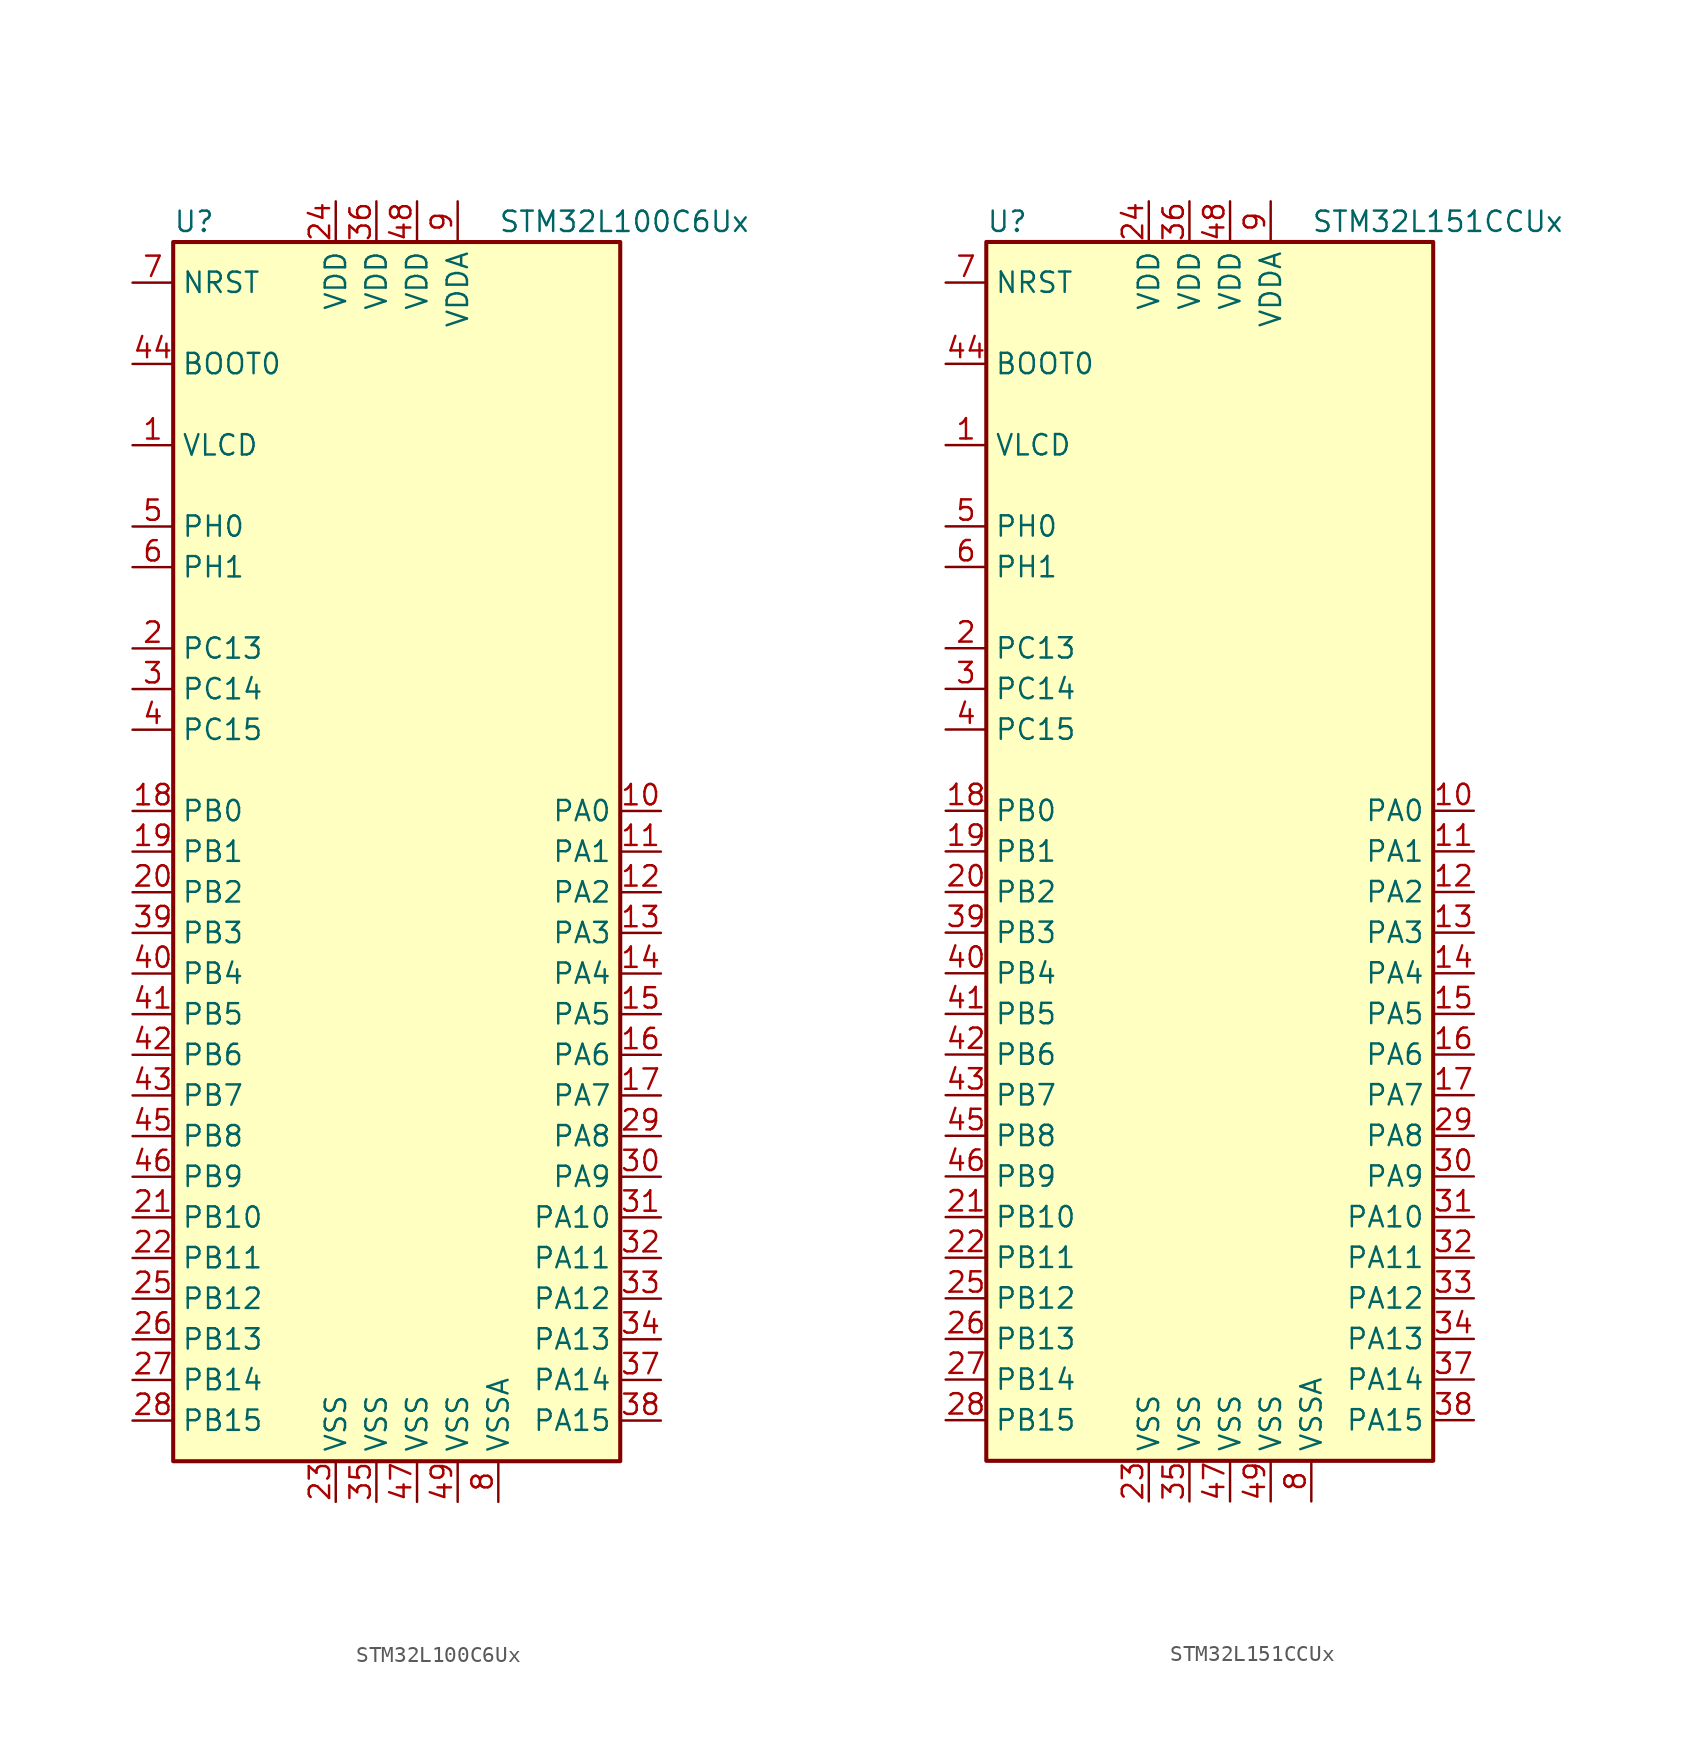
<source format=kicad_sym>
(kicad_symbol_lib
  (version 20201005)
  (generator kicad_symbol_editor)
  (symbol "MCU_ST_STM32L1:STM32L100C6Ux"
    (property "Reference" "U"
      (at -15.24 39.37 0)
      (effects (font (size 1.27 1.27)) (justify left)))
    (property "Value" "STM32L100C6Ux"
      (at 5.08 39.37 0)
      (effects (font (size 1.27 1.27)) (justify left)))
    (symbol "STM32L100C6Ux_0_1"
      (rectangle (start -15.24 -38.1) (end 12.7 38.1) (stroke (width 0.254)) (fill (type background))))
    (symbol "STM32L100C6Ux_1_1"
      (pin input line (at -17.78 30.48 0) (length 2.54) (name "BOOT0" (effects (font (size 1.27 1.27)))) (number "44" (effects (font (size 1.27 1.27)))))
      (pin input line (at -17.78 35.56 0) (length 2.54) (name "NRST" (effects (font (size 1.27 1.27)))) (number "7" (effects (font (size 1.27 1.27)))))
      (pin bidirectional line (at 15.24 2.54 180) (length 2.54) (name "PA0" (effects (font (size 1.27 1.27)))) (number "10" (effects (font (size 1.27 1.27)))))
      (pin bidirectional line (at 15.24 0 180) (length 2.54) (name "PA1" (effects (font (size 1.27 1.27)))) (number "11" (effects (font (size 1.27 1.27)))))
      (pin bidirectional line (at 15.24 -22.86 180) (length 2.54) (name "PA10" (effects (font (size 1.27 1.27)))) (number "31" (effects (font (size 1.27 1.27)))))
      (pin bidirectional line (at 15.24 -25.4 180) (length 2.54) (name "PA11" (effects (font (size 1.27 1.27)))) (number "32" (effects (font (size 1.27 1.27)))))
      (pin bidirectional line (at 15.24 -27.94 180) (length 2.54) (name "PA12" (effects (font (size 1.27 1.27)))) (number "33" (effects (font (size 1.27 1.27)))))
      (pin bidirectional line (at 15.24 -30.48 180) (length 2.54) (name "PA13" (effects (font (size 1.27 1.27)))) (number "34" (effects (font (size 1.27 1.27)))))
      (pin bidirectional line (at 15.24 -33.02 180) (length 2.54) (name "PA14" (effects (font (size 1.27 1.27)))) (number "37" (effects (font (size 1.27 1.27)))))
      (pin bidirectional line (at 15.24 -35.56 180) (length 2.54) (name "PA15" (effects (font (size 1.27 1.27)))) (number "38" (effects (font (size 1.27 1.27)))))
      (pin bidirectional line (at 15.24 -2.54 180) (length 2.54) (name "PA2" (effects (font (size 1.27 1.27)))) (number "12" (effects (font (size 1.27 1.27)))))
      (pin bidirectional line (at 15.24 -5.08 180) (length 2.54) (name "PA3" (effects (font (size 1.27 1.27)))) (number "13" (effects (font (size 1.27 1.27)))))
      (pin bidirectional line (at 15.24 -7.62 180) (length 2.54) (name "PA4" (effects (font (size 1.27 1.27)))) (number "14" (effects (font (size 1.27 1.27)))))
      (pin bidirectional line (at 15.24 -10.16 180) (length 2.54) (name "PA5" (effects (font (size 1.27 1.27)))) (number "15" (effects (font (size 1.27 1.27)))))
      (pin bidirectional line (at 15.24 -12.7 180) (length 2.54) (name "PA6" (effects (font (size 1.27 1.27)))) (number "16" (effects (font (size 1.27 1.27)))))
      (pin bidirectional line (at 15.24 -15.24 180) (length 2.54) (name "PA7" (effects (font (size 1.27 1.27)))) (number "17" (effects (font (size 1.27 1.27)))))
      (pin bidirectional line (at 15.24 -17.78 180) (length 2.54) (name "PA8" (effects (font (size 1.27 1.27)))) (number "29" (effects (font (size 1.27 1.27)))))
      (pin bidirectional line (at 15.24 -20.32 180) (length 2.54) (name "PA9" (effects (font (size 1.27 1.27)))) (number "30" (effects (font (size 1.27 1.27)))))
      (pin bidirectional line (at -17.78 2.54 0) (length 2.54) (name "PB0" (effects (font (size 1.27 1.27)))) (number "18" (effects (font (size 1.27 1.27)))))
      (pin bidirectional line (at -17.78 0 0) (length 2.54) (name "PB1" (effects (font (size 1.27 1.27)))) (number "19" (effects (font (size 1.27 1.27)))))
      (pin bidirectional line (at -17.78 -22.86 0) (length 2.54) (name "PB10" (effects (font (size 1.27 1.27)))) (number "21" (effects (font (size 1.27 1.27)))))
      (pin bidirectional line (at -17.78 -25.4 0) (length 2.54) (name "PB11" (effects (font (size 1.27 1.27)))) (number "22" (effects (font (size 1.27 1.27)))))
      (pin bidirectional line (at -17.78 -27.94 0) (length 2.54) (name "PB12" (effects (font (size 1.27 1.27)))) (number "25" (effects (font (size 1.27 1.27)))))
      (pin bidirectional line (at -17.78 -30.48 0) (length 2.54) (name "PB13" (effects (font (size 1.27 1.27)))) (number "26" (effects (font (size 1.27 1.27)))))
      (pin bidirectional line (at -17.78 -33.02 0) (length 2.54) (name "PB14" (effects (font (size 1.27 1.27)))) (number "27" (effects (font (size 1.27 1.27)))))
      (pin bidirectional line (at -17.78 -35.56 0) (length 2.54) (name "PB15" (effects (font (size 1.27 1.27)))) (number "28" (effects (font (size 1.27 1.27)))))
      (pin bidirectional line (at -17.78 -2.54 0) (length 2.54) (name "PB2" (effects (font (size 1.27 1.27)))) (number "20" (effects (font (size 1.27 1.27)))))
      (pin bidirectional line (at -17.78 -5.08 0) (length 2.54) (name "PB3" (effects (font (size 1.27 1.27)))) (number "39" (effects (font (size 1.27 1.27)))))
      (pin bidirectional line (at -17.78 -7.62 0) (length 2.54) (name "PB4" (effects (font (size 1.27 1.27)))) (number "40" (effects (font (size 1.27 1.27)))))
      (pin bidirectional line (at -17.78 -10.16 0) (length 2.54) (name "PB5" (effects (font (size 1.27 1.27)))) (number "41" (effects (font (size 1.27 1.27)))))
      (pin bidirectional line (at -17.78 -12.7 0) (length 2.54) (name "PB6" (effects (font (size 1.27 1.27)))) (number "42" (effects (font (size 1.27 1.27)))))
      (pin bidirectional line (at -17.78 -15.24 0) (length 2.54) (name "PB7" (effects (font (size 1.27 1.27)))) (number "43" (effects (font (size 1.27 1.27)))))
      (pin bidirectional line (at -17.78 -17.78 0) (length 2.54) (name "PB8" (effects (font (size 1.27 1.27)))) (number "45" (effects (font (size 1.27 1.27)))))
      (pin bidirectional line (at -17.78 -20.32 0) (length 2.54) (name "PB9" (effects (font (size 1.27 1.27)))) (number "46" (effects (font (size 1.27 1.27)))))
      (pin bidirectional line (at -17.78 12.7 0) (length 2.54) (name "PC13" (effects (font (size 1.27 1.27)))) (number "2" (effects (font (size 1.27 1.27)))))
      (pin bidirectional line (at -17.78 10.16 0) (length 2.54) (name "PC14" (effects (font (size 1.27 1.27)))) (number "3" (effects (font (size 1.27 1.27)))))
      (pin bidirectional line (at -17.78 7.62 0) (length 2.54) (name "PC15" (effects (font (size 1.27 1.27)))) (number "4" (effects (font (size 1.27 1.27)))))
      (pin input line (at -17.78 20.32 0) (length 2.54) (name "PH0" (effects (font (size 1.27 1.27)))) (number "5" (effects (font (size 1.27 1.27)))))
      (pin input line (at -17.78 17.78 0) (length 2.54) (name "PH1" (effects (font (size 1.27 1.27)))) (number "6" (effects (font (size 1.27 1.27)))))
      (pin power_in line (at -5.08 40.64 270) (length 2.54) (name "VDD" (effects (font (size 1.27 1.27)))) (number "24" (effects (font (size 1.27 1.27)))))
      (pin power_in line (at -2.54 40.64 270) (length 2.54) (name "VDD" (effects (font (size 1.27 1.27)))) (number "36" (effects (font (size 1.27 1.27)))))
      (pin power_in line (at 0 40.64 270) (length 2.54) (name "VDD" (effects (font (size 1.27 1.27)))) (number "48" (effects (font (size 1.27 1.27)))))
      (pin power_in line (at 2.54 40.64 270) (length 2.54) (name "VDDA" (effects (font (size 1.27 1.27)))) (number "9" (effects (font (size 1.27 1.27)))))
      (pin power_in line (at -17.78 25.4 0) (length 2.54) (name "VLCD" (effects (font (size 1.27 1.27)))) (number "1" (effects (font (size 1.27 1.27)))))
      (pin power_in line (at -5.08 -40.64 90) (length 2.54) (name "VSS" (effects (font (size 1.27 1.27)))) (number "23" (effects (font (size 1.27 1.27)))))
      (pin power_in line (at -2.54 -40.64 90) (length 2.54) (name "VSS" (effects (font (size 1.27 1.27)))) (number "35" (effects (font (size 1.27 1.27)))))
      (pin power_in line (at 0 -40.64 90) (length 2.54) (name "VSS" (effects (font (size 1.27 1.27)))) (number "47" (effects (font (size 1.27 1.27)))))
      (pin power_in line (at 2.54 -40.64 90) (length 2.54) (name "VSS" (effects (font (size 1.27 1.27)))) (number "49" (effects (font (size 1.27 1.27)))))
      (pin power_in line (at 5.08 -40.64 90) (length 2.54) (name "VSSA" (effects (font (size 1.27 1.27)))) (number "8" (effects (font (size 1.27 1.27)))))))
  (symbol "MCU_ST_STM32L1:STM32L151CCUx"
    (property "Reference" "U"
      (at -15.24 39.37 0)
      (effects (font (size 1.27 1.27)) (justify left)))
    (property "Value" "STM32L151CCUx"
      (at 5.08 39.37 0)
      (effects (font (size 1.27 1.27)) (justify left)))
    (symbol "STM32L151CCUx_0_1"
      (rectangle (start -15.24 -38.1) (end 12.7 38.1) (stroke (width 0.254)) (fill (type background))))
    (symbol "STM32L151CCUx_1_1"
      (pin input line (at -17.78 30.48 0) (length 2.54) (name "BOOT0" (effects (font (size 1.27 1.27)))) (number "44" (effects (font (size 1.27 1.27)))))
      (pin input line (at -17.78 35.56 0) (length 2.54) (name "NRST" (effects (font (size 1.27 1.27)))) (number "7" (effects (font (size 1.27 1.27)))))
      (pin bidirectional line (at 15.24 2.54 180) (length 2.54) (name "PA0" (effects (font (size 1.27 1.27)))) (number "10" (effects (font (size 1.27 1.27)))))
      (pin bidirectional line (at 15.24 0 180) (length 2.54) (name "PA1" (effects (font (size 1.27 1.27)))) (number "11" (effects (font (size 1.27 1.27)))))
      (pin bidirectional line (at 15.24 -22.86 180) (length 2.54) (name "PA10" (effects (font (size 1.27 1.27)))) (number "31" (effects (font (size 1.27 1.27)))))
      (pin bidirectional line (at 15.24 -25.4 180) (length 2.54) (name "PA11" (effects (font (size 1.27 1.27)))) (number "32" (effects (font (size 1.27 1.27)))))
      (pin bidirectional line (at 15.24 -27.94 180) (length 2.54) (name "PA12" (effects (font (size 1.27 1.27)))) (number "33" (effects (font (size 1.27 1.27)))))
      (pin bidirectional line (at 15.24 -30.48 180) (length 2.54) (name "PA13" (effects (font (size 1.27 1.27)))) (number "34" (effects (font (size 1.27 1.27)))))
      (pin bidirectional line (at 15.24 -33.02 180) (length 2.54) (name "PA14" (effects (font (size 1.27 1.27)))) (number "37" (effects (font (size 1.27 1.27)))))
      (pin bidirectional line (at 15.24 -35.56 180) (length 2.54) (name "PA15" (effects (font (size 1.27 1.27)))) (number "38" (effects (font (size 1.27 1.27)))))
      (pin bidirectional line (at 15.24 -2.54 180) (length 2.54) (name "PA2" (effects (font (size 1.27 1.27)))) (number "12" (effects (font (size 1.27 1.27)))))
      (pin bidirectional line (at 15.24 -5.08 180) (length 2.54) (name "PA3" (effects (font (size 1.27 1.27)))) (number "13" (effects (font (size 1.27 1.27)))))
      (pin bidirectional line (at 15.24 -7.62 180) (length 2.54) (name "PA4" (effects (font (size 1.27 1.27)))) (number "14" (effects (font (size 1.27 1.27)))))
      (pin bidirectional line (at 15.24 -10.16 180) (length 2.54) (name "PA5" (effects (font (size 1.27 1.27)))) (number "15" (effects (font (size 1.27 1.27)))))
      (pin bidirectional line (at 15.24 -12.7 180) (length 2.54) (name "PA6" (effects (font (size 1.27 1.27)))) (number "16" (effects (font (size 1.27 1.27)))))
      (pin bidirectional line (at 15.24 -15.24 180) (length 2.54) (name "PA7" (effects (font (size 1.27 1.27)))) (number "17" (effects (font (size 1.27 1.27)))))
      (pin bidirectional line (at 15.24 -17.78 180) (length 2.54) (name "PA8" (effects (font (size 1.27 1.27)))) (number "29" (effects (font (size 1.27 1.27)))))
      (pin bidirectional line (at 15.24 -20.32 180) (length 2.54) (name "PA9" (effects (font (size 1.27 1.27)))) (number "30" (effects (font (size 1.27 1.27)))))
      (pin bidirectional line (at -17.78 2.54 0) (length 2.54) (name "PB0" (effects (font (size 1.27 1.27)))) (number "18" (effects (font (size 1.27 1.27)))))
      (pin bidirectional line (at -17.78 0 0) (length 2.54) (name "PB1" (effects (font (size 1.27 1.27)))) (number "19" (effects (font (size 1.27 1.27)))))
      (pin bidirectional line (at -17.78 -22.86 0) (length 2.54) (name "PB10" (effects (font (size 1.27 1.27)))) (number "21" (effects (font (size 1.27 1.27)))))
      (pin bidirectional line (at -17.78 -25.4 0) (length 2.54) (name "PB11" (effects (font (size 1.27 1.27)))) (number "22" (effects (font (size 1.27 1.27)))))
      (pin bidirectional line (at -17.78 -27.94 0) (length 2.54) (name "PB12" (effects (font (size 1.27 1.27)))) (number "25" (effects (font (size 1.27 1.27)))))
      (pin bidirectional line (at -17.78 -30.48 0) (length 2.54) (name "PB13" (effects (font (size 1.27 1.27)))) (number "26" (effects (font (size 1.27 1.27)))))
      (pin bidirectional line (at -17.78 -33.02 0) (length 2.54) (name "PB14" (effects (font (size 1.27 1.27)))) (number "27" (effects (font (size 1.27 1.27)))))
      (pin bidirectional line (at -17.78 -35.56 0) (length 2.54) (name "PB15" (effects (font (size 1.27 1.27)))) (number "28" (effects (font (size 1.27 1.27)))))
      (pin bidirectional line (at -17.78 -2.54 0) (length 2.54) (name "PB2" (effects (font (size 1.27 1.27)))) (number "20" (effects (font (size 1.27 1.27)))))
      (pin bidirectional line (at -17.78 -5.08 0) (length 2.54) (name "PB3" (effects (font (size 1.27 1.27)))) (number "39" (effects (font (size 1.27 1.27)))))
      (pin bidirectional line (at -17.78 -7.62 0) (length 2.54) (name "PB4" (effects (font (size 1.27 1.27)))) (number "40" (effects (font (size 1.27 1.27)))))
      (pin bidirectional line (at -17.78 -10.16 0) (length 2.54) (name "PB5" (effects (font (size 1.27 1.27)))) (number "41" (effects (font (size 1.27 1.27)))))
      (pin bidirectional line (at -17.78 -12.7 0) (length 2.54) (name "PB6" (effects (font (size 1.27 1.27)))) (number "42" (effects (font (size 1.27 1.27)))))
      (pin bidirectional line (at -17.78 -15.24 0) (length 2.54) (name "PB7" (effects (font (size 1.27 1.27)))) (number "43" (effects (font (size 1.27 1.27)))))
      (pin bidirectional line (at -17.78 -17.78 0) (length 2.54) (name "PB8" (effects (font (size 1.27 1.27)))) (number "45" (effects (font (size 1.27 1.27)))))
      (pin bidirectional line (at -17.78 -20.32 0) (length 2.54) (name "PB9" (effects (font (size 1.27 1.27)))) (number "46" (effects (font (size 1.27 1.27)))))
      (pin bidirectional line (at -17.78 12.7 0) (length 2.54) (name "PC13" (effects (font (size 1.27 1.27)))) (number "2" (effects (font (size 1.27 1.27)))))
      (pin bidirectional line (at -17.78 10.16 0) (length 2.54) (name "PC14" (effects (font (size 1.27 1.27)))) (number "3" (effects (font (size 1.27 1.27)))))
      (pin bidirectional line (at -17.78 7.62 0) (length 2.54) (name "PC15" (effects (font (size 1.27 1.27)))) (number "4" (effects (font (size 1.27 1.27)))))
      (pin input line (at -17.78 20.32 0) (length 2.54) (name "PH0" (effects (font (size 1.27 1.27)))) (number "5" (effects (font (size 1.27 1.27)))))
      (pin input line (at -17.78 17.78 0) (length 2.54) (name "PH1" (effects (font (size 1.27 1.27)))) (number "6" (effects (font (size 1.27 1.27)))))
      (pin power_in line (at -5.08 40.64 270) (length 2.54) (name "VDD" (effects (font (size 1.27 1.27)))) (number "24" (effects (font (size 1.27 1.27)))))
      (pin power_in line (at -2.54 40.64 270) (length 2.54) (name "VDD" (effects (font (size 1.27 1.27)))) (number "36" (effects (font (size 1.27 1.27)))))
      (pin power_in line (at 0 40.64 270) (length 2.54) (name "VDD" (effects (font (size 1.27 1.27)))) (number "48" (effects (font (size 1.27 1.27)))))
      (pin power_in line (at 2.54 40.64 270) (length 2.54) (name "VDDA" (effects (font (size 1.27 1.27)))) (number "9" (effects (font (size 1.27 1.27)))))
      (pin power_in line (at -17.78 25.4 0) (length 2.54) (name "VLCD" (effects (font (size 1.27 1.27)))) (number "1" (effects (font (size 1.27 1.27)))))
      (pin power_in line (at -5.08 -40.64 90) (length 2.54) (name "VSS" (effects (font (size 1.27 1.27)))) (number "23" (effects (font (size 1.27 1.27)))))
      (pin power_in line (at -2.54 -40.64 90) (length 2.54) (name "VSS" (effects (font (size 1.27 1.27)))) (number "35" (effects (font (size 1.27 1.27)))))
      (pin power_in line (at 0 -40.64 90) (length 2.54) (name "VSS" (effects (font (size 1.27 1.27)))) (number "47" (effects (font (size 1.27 1.27)))))
      (pin power_in line (at 2.54 -40.64 90) (length 2.54) (name "VSS" (effects (font (size 1.27 1.27)))) (number "49" (effects (font (size 1.27 1.27)))))
      (pin power_in line (at 5.08 -40.64 90) (length 2.54) (name "VSSA" (effects (font (size 1.27 1.27)))) (number "8" (effects (font (size 1.27 1.27))))))))
</source>
